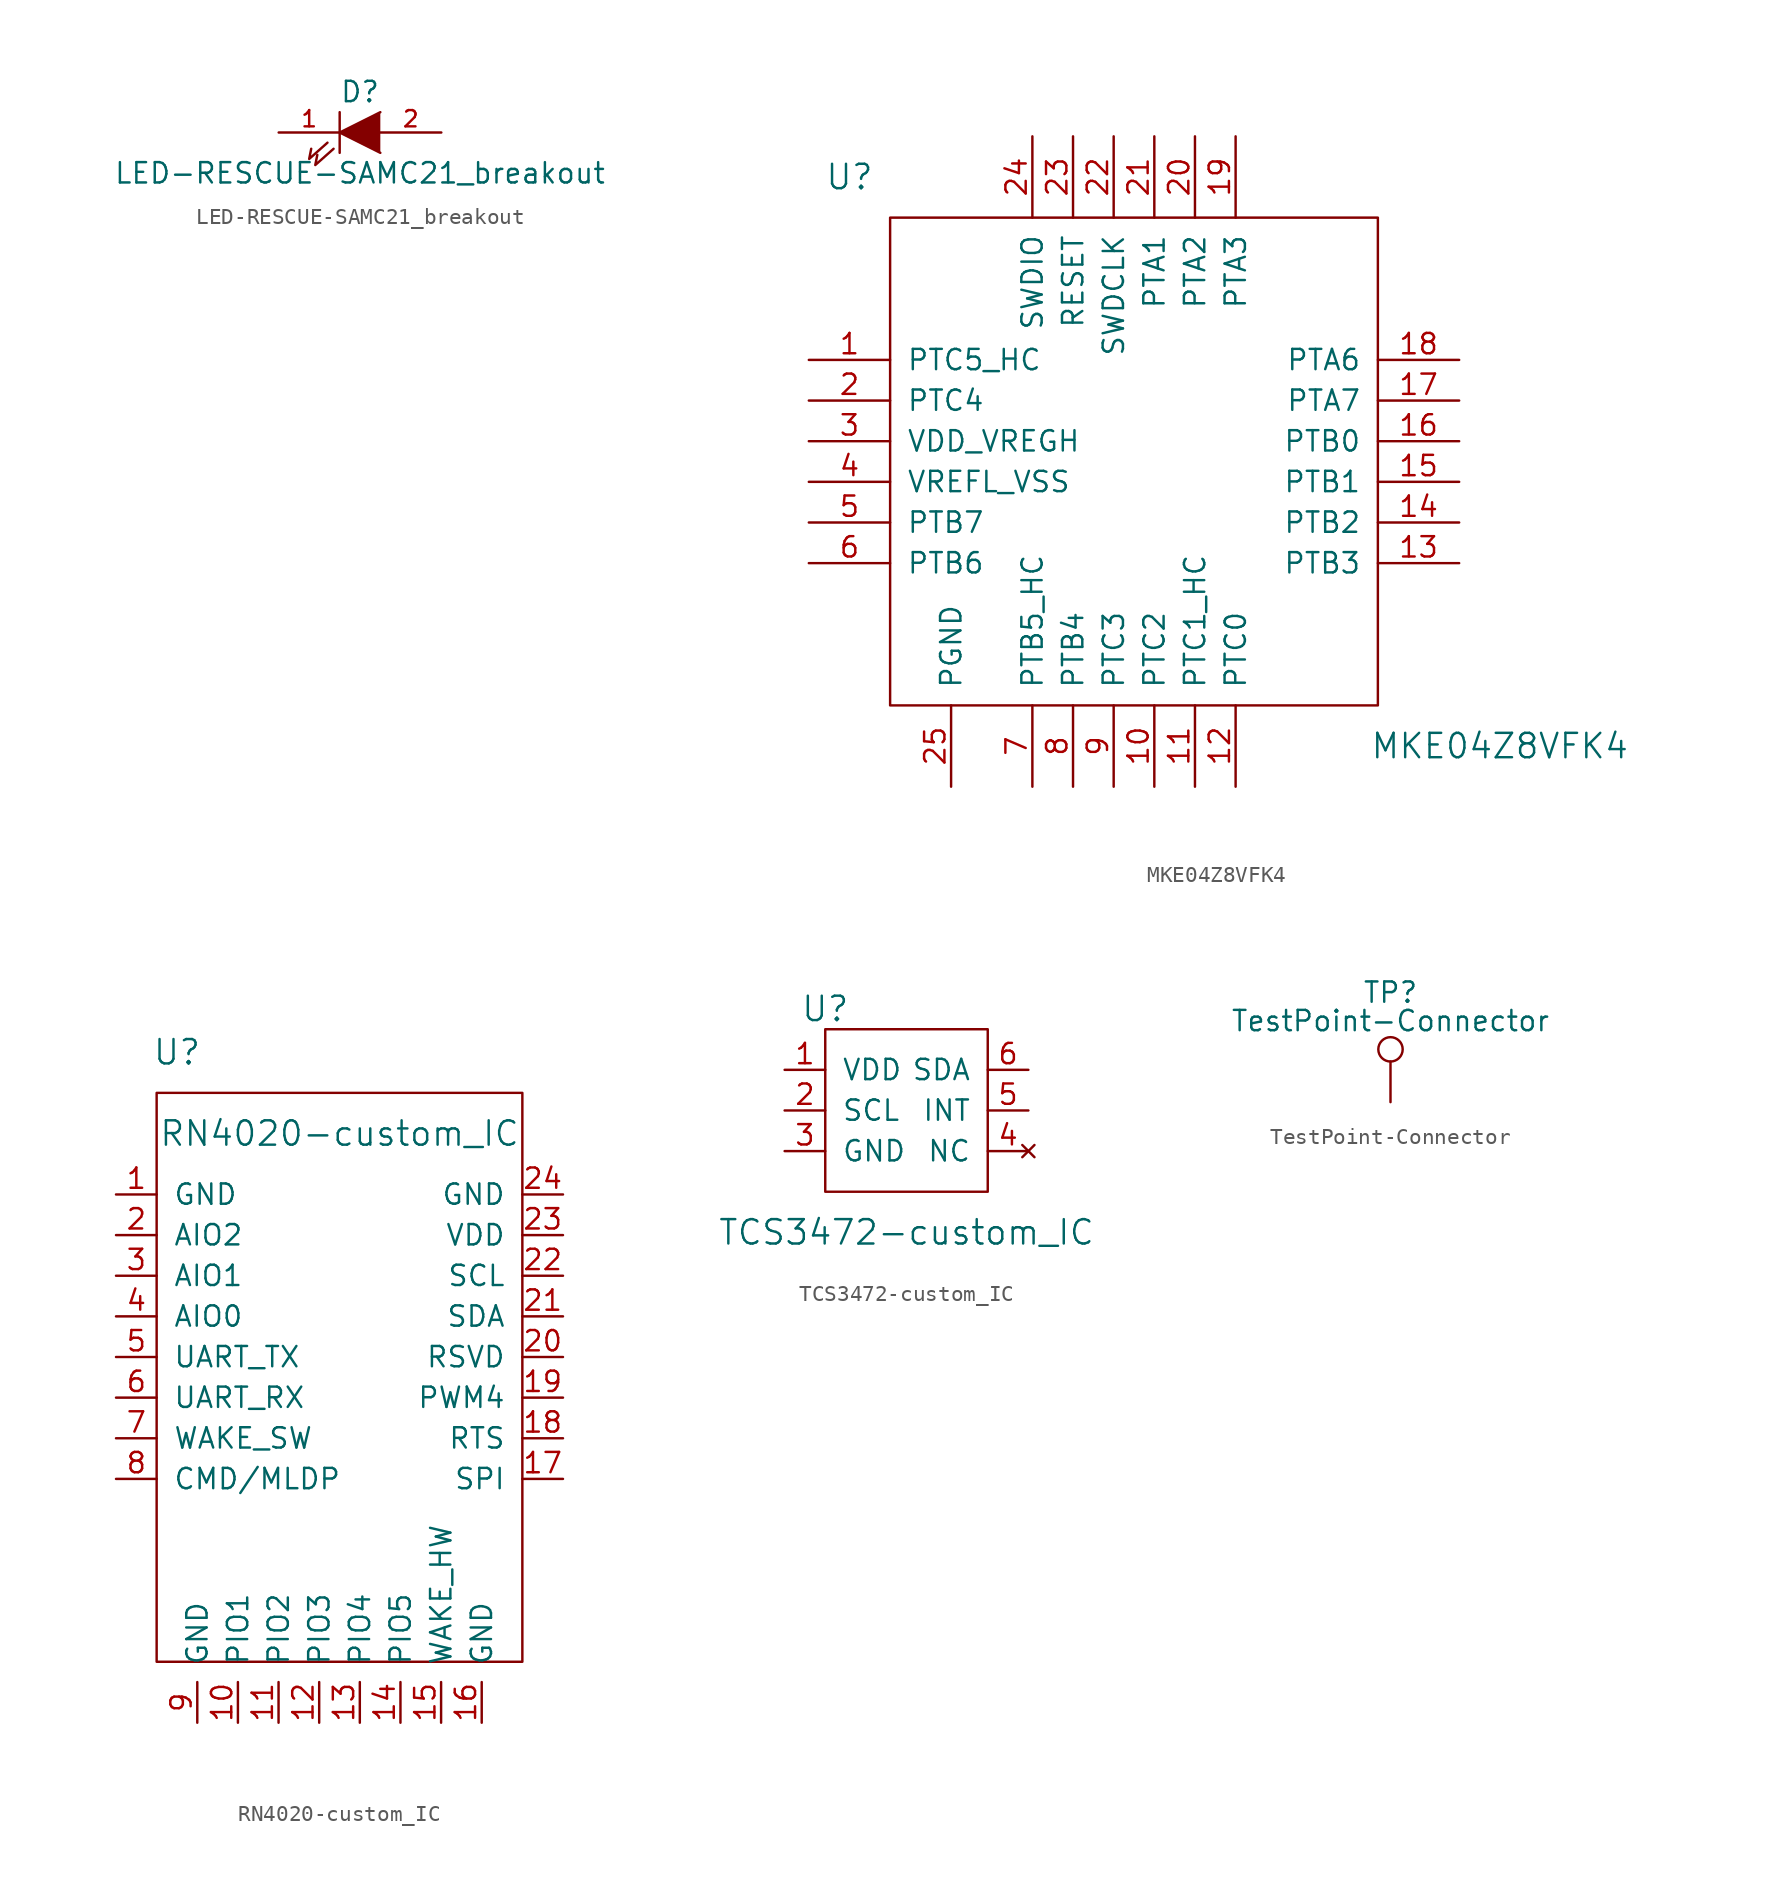
<source format=kicad_sym>
(kicad_symbol_lib
  (version 20231120)
  (generator "kicad_symbol_editor")
  (generator_version "8.0")
  (symbol "LED-RESCUE-SAMC21_breakout"
    (pin_names
      (offset 1.016) hide)
    (property "Reference" "D"
      (at 0 2.54 0)
      (effects (font (size 1.27 1.27))))
    (property "Value" "LED-RESCUE-SAMC21_breakout"
      (at 0 -2.54 0)
      (effects (font (size 1.27 1.27))))
    (property "Footprint" ""
      (at 0 0 0)
      (effects (font (size 1.27 1.27))))
    (property "Datasheet" ""
      (at 0 0 0)
      (effects (font (size 1.27 1.27))))
    (symbol "LED-RESCUE-SAMC21_breakout_0_1"
      (polyline (pts (xy -1.27 1.27) (xy -1.27 -1.27)) (stroke (width 0) (type solid)) (fill (type none)))
      (polyline (pts (xy -2.032 -0.635) (xy -3.175 -1.651) (xy -3.048 -1.016)) (stroke (width 0) (type solid)) (fill (type none)))
      (polyline (pts (xy -1.651 -1.016) (xy -2.794 -2.032) (xy -2.667 -1.397)) (stroke (width 0) (type solid)) (fill (type none)))
      (polyline (pts (xy 1.27 1.27) (xy -1.27 0) (xy 1.27 -1.27)) (stroke (width 0) (type solid)) (fill (type outline))))
    (symbol "LED-RESCUE-SAMC21_breakout_1_1"
      (pin passive line (at -5.08 0 0) (length 3.81) (name "K" (effects (font (size 1.016 1.016)))) (number "1" (effects (font (size 1.016 1.016)))))
      (pin passive line (at 5.08 0 180) (length 3.81) (name "A" (effects (font (size 1.016 1.016)))) (number "2" (effects (font (size 1.016 1.016)))))))
  (symbol "MKE04Z8VFK4"
    (pin_names
      (offset 1.016))
    (property "Reference" "U"
      (at -16.51 19.05 0)
      (effects (font (size 1.524 1.524))))
    (property "Value" "MKE04Z8VFK4"
      (at 24.13 -16.51 0)
      (effects (font (size 1.524 1.524))))
    (symbol "MKE04Z8VFK4_0_1"
      (rectangle (start -13.97 16.51) (end 16.51 -13.97) (stroke (width 0) (type solid)) (fill (type none))))
    (symbol "MKE04Z8VFK4_1_1"
      (pin input line (at -19.05 7.62 0) (length 5.08) (name "PTC5_HC" (effects (font (size 1.27 1.27)))) (number "1" (effects (font (size 1.27 1.27)))))
      (pin input line (at 2.54 -19.05 90) (length 5.08) (name "PTC2" (effects (font (size 1.27 1.27)))) (number "10" (effects (font (size 1.27 1.27)))))
      (pin input line (at 5.08 -19.05 90) (length 5.08) (name "PTC1_HC" (effects (font (size 1.27 1.27)))) (number "11" (effects (font (size 1.27 1.27)))))
      (pin input line (at 7.62 -19.05 90) (length 5.08) (name "PTC0" (effects (font (size 1.27 1.27)))) (number "12" (effects (font (size 1.27 1.27)))))
      (pin input line (at 21.59 -5.08 180) (length 5.08) (name "PTB3" (effects (font (size 1.27 1.27)))) (number "13" (effects (font (size 1.27 1.27)))))
      (pin input line (at 21.59 -2.54 180) (length 5.08) (name "PTB2" (effects (font (size 1.27 1.27)))) (number "14" (effects (font (size 1.27 1.27)))))
      (pin input line (at 21.59 0 180) (length 5.08) (name "PTB1" (effects (font (size 1.27 1.27)))) (number "15" (effects (font (size 1.27 1.27)))))
      (pin input line (at 21.59 2.54 180) (length 5.08) (name "PTB0" (effects (font (size 1.27 1.27)))) (number "16" (effects (font (size 1.27 1.27)))))
      (pin input line (at 21.59 5.08 180) (length 5.08) (name "PTA7" (effects (font (size 1.27 1.27)))) (number "17" (effects (font (size 1.27 1.27)))))
      (pin input line (at 21.59 7.62 180) (length 5.08) (name "PTA6" (effects (font (size 1.27 1.27)))) (number "18" (effects (font (size 1.27 1.27)))))
      (pin input line (at 7.62 21.59 270) (length 5.08) (name "PTA3" (effects (font (size 1.27 1.27)))) (number "19" (effects (font (size 1.27 1.27)))))
      (pin input line (at -19.05 5.08 0) (length 5.08) (name "PTC4" (effects (font (size 1.27 1.27)))) (number "2" (effects (font (size 1.27 1.27)))))
      (pin input line (at 5.08 21.59 270) (length 5.08) (name "PTA2" (effects (font (size 1.27 1.27)))) (number "20" (effects (font (size 1.27 1.27)))))
      (pin input line (at 2.54 21.59 270) (length 5.08) (name "PTA1" (effects (font (size 1.27 1.27)))) (number "21" (effects (font (size 1.27 1.27)))))
      (pin input line (at 0 21.59 270) (length 5.08) (name "SWDCLK" (effects (font (size 1.27 1.27)))) (number "22" (effects (font (size 1.27 1.27)))))
      (pin input line (at -2.54 21.59 270) (length 5.08) (name "RESET" (effects (font (size 1.27 1.27)))) (number "23" (effects (font (size 1.27 1.27)))))
      (pin input line (at -5.08 21.59 270) (length 5.08) (name "SWDIO" (effects (font (size 1.27 1.27)))) (number "24" (effects (font (size 1.27 1.27)))))
      (pin input line (at -10.16 -19.05 90) (length 5.08) (name "PGND" (effects (font (size 1.27 1.27)))) (number "25" (effects (font (size 1.27 1.27)))))
      (pin input line (at -19.05 2.54 0) (length 5.08) (name "VDD_VREGH" (effects (font (size 1.27 1.27)))) (number "3" (effects (font (size 1.27 1.27)))))
      (pin input line (at -19.05 0 0) (length 5.08) (name "VREFL_VSS" (effects (font (size 1.27 1.27)))) (number "4" (effects (font (size 1.27 1.27)))))
      (pin input line (at -19.05 -2.54 0) (length 5.08) (name "PTB7" (effects (font (size 1.27 1.27)))) (number "5" (effects (font (size 1.27 1.27)))))
      (pin input line (at -19.05 -5.08 0) (length 5.08) (name "PTB6" (effects (font (size 1.27 1.27)))) (number "6" (effects (font (size 1.27 1.27)))))
      (pin input line (at -5.08 -19.05 90) (length 5.08) (name "PTB5_HC" (effects (font (size 1.27 1.27)))) (number "7" (effects (font (size 1.27 1.27)))))
      (pin input line (at -2.54 -19.05 90) (length 5.08) (name "PTB4" (effects (font (size 1.27 1.27)))) (number "8" (effects (font (size 1.27 1.27)))))
      (pin input line (at 0 -19.05 90) (length 5.08) (name "PTC3" (effects (font (size 1.27 1.27)))) (number "9" (effects (font (size 1.27 1.27)))))))
  (symbol "RN4020-custom_IC"
    (pin_names
      (offset 1.016))
    (property "Reference" "U"
      (at -3.81 12.7 0)
      (effects (font (size 1.524 1.524))))
    (property "Value" "RN4020-custom_IC"
      (at 6.35 7.62 0)
      (effects (font (size 1.524 1.524))))
    (symbol "RN4020-custom_IC_0_1"
      (rectangle (start -5.08 10.16) (end 17.78 -25.4) (stroke (width 0) (type solid)) (fill (type none))))
    (symbol "RN4020-custom_IC_1_1"
      (pin unspecified line (at -7.62 3.81 0) (length 2.54) (name "GND" (effects (font (size 1.27 1.27)))) (number "1" (effects (font (size 1.27 1.27)))))
      (pin unspecified line (at 0 -29.21 90) (length 2.54) (name "PIO1" (effects (font (size 1.27 1.27)))) (number "10" (effects (font (size 1.27 1.27)))))
      (pin unspecified line (at 2.54 -29.21 90) (length 2.54) (name "PIO2" (effects (font (size 1.27 1.27)))) (number "11" (effects (font (size 1.27 1.27)))))
      (pin unspecified line (at 5.08 -29.21 90) (length 2.54) (name "PIO3" (effects (font (size 1.27 1.27)))) (number "12" (effects (font (size 1.27 1.27)))))
      (pin unspecified line (at 7.62 -29.21 90) (length 2.54) (name "PIO4" (effects (font (size 1.27 1.27)))) (number "13" (effects (font (size 1.27 1.27)))))
      (pin unspecified line (at 10.16 -29.21 90) (length 2.54) (name "PIO5" (effects (font (size 1.27 1.27)))) (number "14" (effects (font (size 1.27 1.27)))))
      (pin unspecified line (at 12.7 -29.21 90) (length 2.54) (name "WAKE_HW" (effects (font (size 1.27 1.27)))) (number "15" (effects (font (size 1.27 1.27)))))
      (pin unspecified line (at 15.24 -29.21 90) (length 2.54) (name "GND" (effects (font (size 1.27 1.27)))) (number "16" (effects (font (size 1.27 1.27)))))
      (pin unspecified line (at 20.32 -13.97 180) (length 2.54) (name "SPI" (effects (font (size 1.27 1.27)))) (number "17" (effects (font (size 1.27 1.27)))))
      (pin unspecified line (at 20.32 -11.43 180) (length 2.54) (name "RTS" (effects (font (size 1.27 1.27)))) (number "18" (effects (font (size 1.27 1.27)))))
      (pin unspecified line (at 20.32 -8.89 180) (length 2.54) (name "PWM4" (effects (font (size 1.27 1.27)))) (number "19" (effects (font (size 1.27 1.27)))))
      (pin unspecified line (at -7.62 1.27 0) (length 2.54) (name "AIO2" (effects (font (size 1.27 1.27)))) (number "2" (effects (font (size 1.27 1.27)))))
      (pin unspecified line (at 20.32 -6.35 180) (length 2.54) (name "RSVD" (effects (font (size 1.27 1.27)))) (number "20" (effects (font (size 1.27 1.27)))))
      (pin unspecified line (at 20.32 -3.81 180) (length 2.54) (name "SDA" (effects (font (size 1.27 1.27)))) (number "21" (effects (font (size 1.27 1.27)))))
      (pin unspecified line (at 20.32 -1.27 180) (length 2.54) (name "SCL" (effects (font (size 1.27 1.27)))) (number "22" (effects (font (size 1.27 1.27)))))
      (pin unspecified line (at 20.32 1.27 180) (length 2.54) (name "VDD" (effects (font (size 1.27 1.27)))) (number "23" (effects (font (size 1.27 1.27)))))
      (pin unspecified line (at 20.32 3.81 180) (length 2.54) (name "GND" (effects (font (size 1.27 1.27)))) (number "24" (effects (font (size 1.27 1.27)))))
      (pin unspecified line (at -7.62 -1.27 0) (length 2.54) (name "AIO1" (effects (font (size 1.27 1.27)))) (number "3" (effects (font (size 1.27 1.27)))))
      (pin unspecified line (at -7.62 -3.81 0) (length 2.54) (name "AIO0" (effects (font (size 1.27 1.27)))) (number "4" (effects (font (size 1.27 1.27)))))
      (pin unspecified line (at -7.62 -6.35 0) (length 2.54) (name "UART_TX" (effects (font (size 1.27 1.27)))) (number "5" (effects (font (size 1.27 1.27)))))
      (pin unspecified line (at -7.62 -8.89 0) (length 2.54) (name "UART_RX" (effects (font (size 1.27 1.27)))) (number "6" (effects (font (size 1.27 1.27)))))
      (pin unspecified line (at -7.62 -11.43 0) (length 2.54) (name "WAKE_SW" (effects (font (size 1.27 1.27)))) (number "7" (effects (font (size 1.27 1.27)))))
      (pin unspecified line (at -7.62 -13.97 0) (length 2.54) (name "CMD/MLDP" (effects (font (size 1.27 1.27)))) (number "8" (effects (font (size 1.27 1.27)))))
      (pin unspecified line (at -2.54 -29.21 90) (length 2.54) (name "GND" (effects (font (size 1.27 1.27)))) (number "9" (effects (font (size 1.27 1.27)))))))
  (symbol "TCS3472-custom_IC"
    (pin_names
      (offset 1.016))
    (property "Reference" "U"
      (at -5.08 7.62 0)
      (effects (font (size 1.524 1.524))))
    (property "Value" "TCS3472-custom_IC"
      (at 0 -6.35 0)
      (effects (font (size 1.524 1.524))))
    (symbol "TCS3472-custom_IC_0_1"
      (rectangle (start -5.08 6.35) (end 5.08 -3.81) (stroke (width 0) (type solid)) (fill (type none))))
    (symbol "TCS3472-custom_IC_1_1"
      (pin input line (at -7.62 3.81 0) (length 2.54) (name "VDD" (effects (font (size 1.27 1.27)))) (number "1" (effects (font (size 1.27 1.27)))))
      (pin input line (at -7.62 1.27 0) (length 2.54) (name "SCL" (effects (font (size 1.27 1.27)))) (number "2" (effects (font (size 1.27 1.27)))))
      (pin unspecified line (at -7.62 -1.27 0) (length 2.54) (name "GND" (effects (font (size 1.27 1.27)))) (number "3" (effects (font (size 1.27 1.27)))))
      (pin no_connect line (at 7.62 -1.27 180) (length 2.54) (name "NC" (effects (font (size 1.27 1.27)))) (number "4" (effects (font (size 1.27 1.27)))))
      (pin output line (at 7.62 1.27 180) (length 2.54) (name "INT" (effects (font (size 1.27 1.27)))) (number "5" (effects (font (size 1.27 1.27)))))
      (pin bidirectional line (at 7.62 3.81 180) (length 2.54) (name "SDA" (effects (font (size 1.27 1.27)))) (number "6" (effects (font (size 1.27 1.27)))))))
  (symbol "TestPoint-Connector"
    (pin_numbers hide)
    (pin_names
      (offset 0.762) hide)
    (property "Reference" "TP"
      (at 0 6.858 0)
      (effects (font (size 1.27 1.27))))
    (property "Value" "TestPoint-Connector"
      (at 0 5.08 0)
      (effects (font (size 1.27 1.27))))
    (symbol "TestPoint-Connector_0_1"
      (circle (center 0 3.302) (radius 0.762) (stroke (width 0) (type solid)) (fill (type none))))
    (symbol "TestPoint-Connector_1_1"
      (pin passive line (at 0 0 90) (length 2.54) (name "1" (effects (font (size 1.27 1.27)))) (number "1" (effects (font (size 1.27 1.27))))))))
</source>
